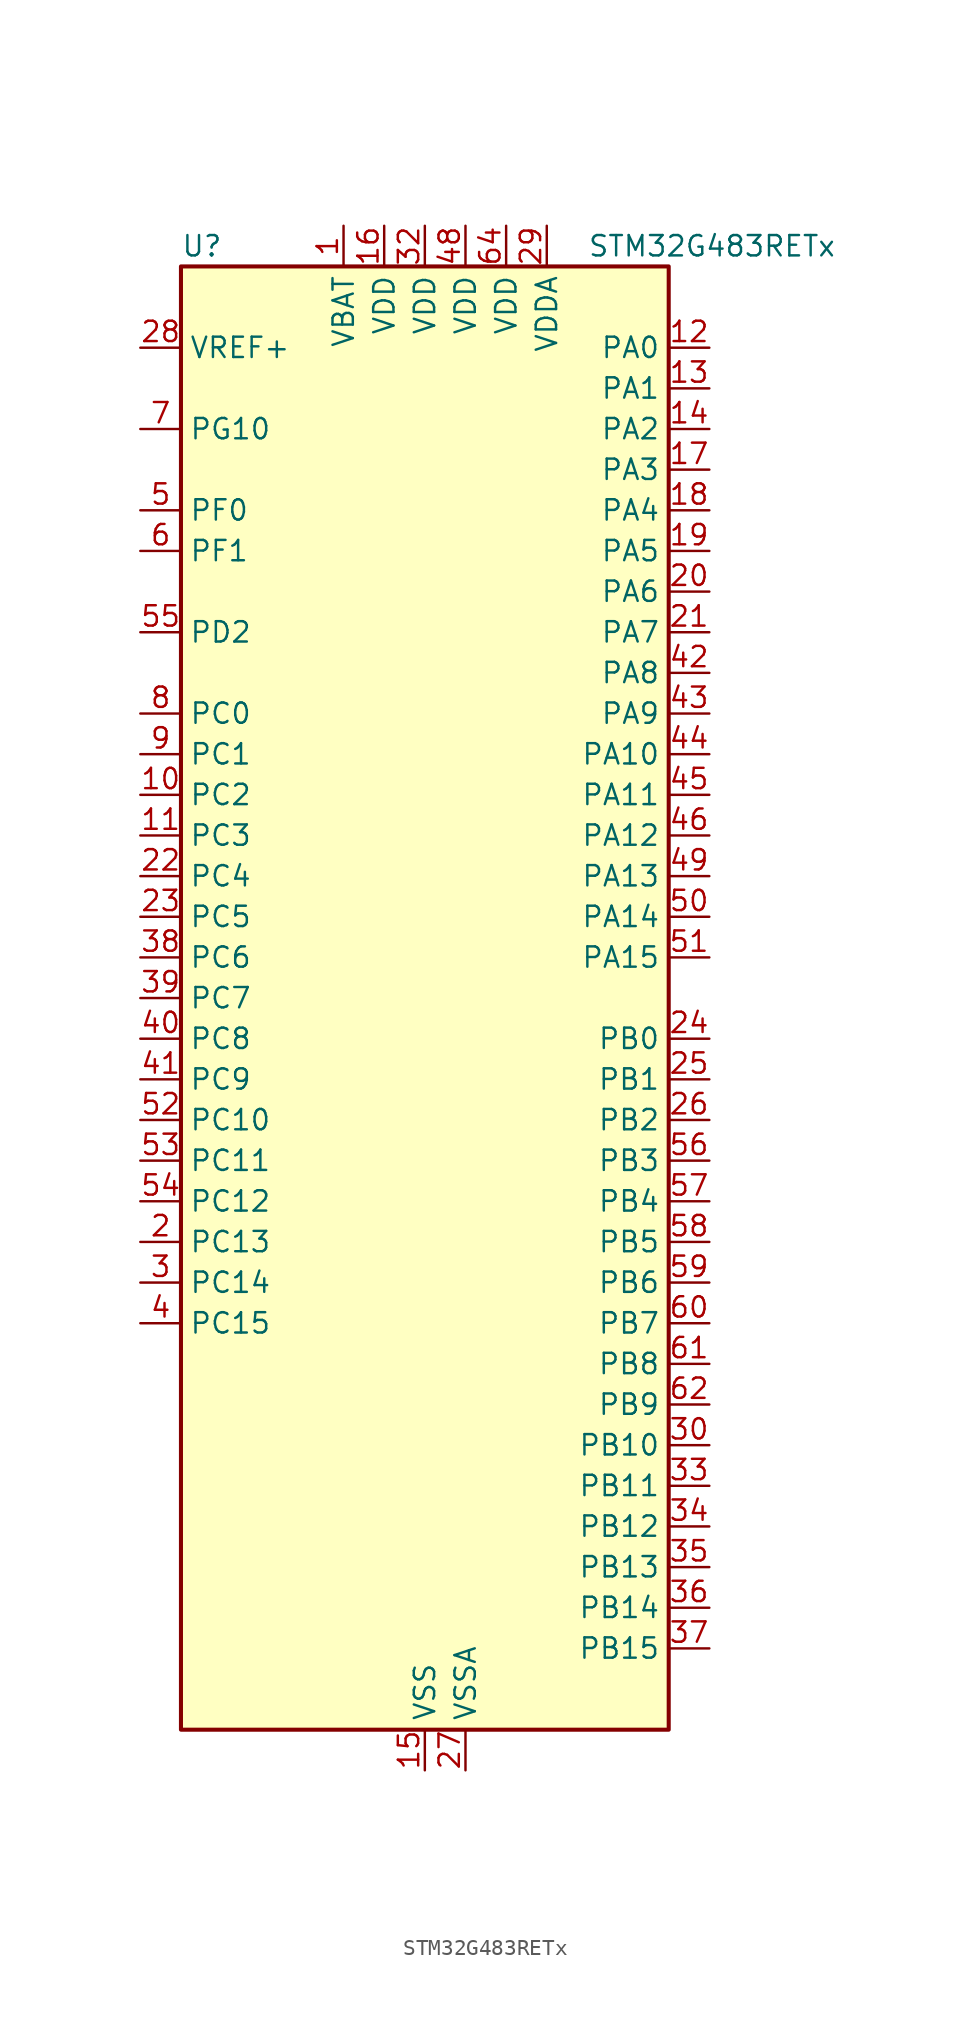
<source format=kicad_sym>
(kicad_symbol_lib
  (version 20241209)
  (generator "kicad_symbol_editor")
  (generator_version "9.0")
  (symbol "STM32G483RETx"
    (property "Reference" "U"
      (at -15.24 46.99 0)
      (effects (font (size 1.27 1.27)) (justify left)))
    (property "Value" "STM32G483RETx"
      (at 10.16 46.99 0)
      (effects (font (size 1.27 1.27)) (justify left)))
    (symbol "STM32G483RETx_0_1"
      (rectangle (start -15.24 -45.72) (end 15.24 45.72) (stroke (width 0.254) (type default)) (fill (type background))))
    (symbol "STM32G483RETx_1_1"
      (pin input line (at -17.78 40.64 0) (length 2.54) (name "VREF+" (effects (font (size 1.27 1.27)))) (number "28" (effects (font (size 1.27 1.27)))) (alternate "VREFBUF_OUT" bidirectional line))
      (pin bidirectional line (at -17.78 35.56 0) (length 2.54) (name "PG10" (effects (font (size 1.27 1.27)))) (number "7" (effects (font (size 1.27 1.27)))) (alternate "DAC1_EXTI10" bidirectional line) (alternate "DAC2_EXTI10" bidirectional line) (alternate "DAC3_EXTI10" bidirectional line) (alternate "DAC4_EXTI10" bidirectional line) (alternate "RCC_MCO" bidirectional line))
      (pin bidirectional line (at -17.78 30.48 0) (length 2.54) (name "PF0" (effects (font (size 1.27 1.27)))) (number "5" (effects (font (size 1.27 1.27)))) (alternate "ADC1_IN10" bidirectional line) (alternate "I2C2_SDA" bidirectional line) (alternate "I2S2_WS" bidirectional line) (alternate "RCC_OSC_IN" bidirectional line) (alternate "SPI2_NSS" bidirectional line) (alternate "TIM1_CH3N" bidirectional line))
      (pin bidirectional line (at -17.78 27.94 0) (length 2.54) (name "PF1" (effects (font (size 1.27 1.27)))) (number "6" (effects (font (size 1.27 1.27)))) (alternate "ADC2_IN10" bidirectional line) (alternate "COMP3_INM" bidirectional line) (alternate "I2S2_CK" bidirectional line) (alternate "RCC_OSC_OUT" bidirectional line) (alternate "SPI2_SCK" bidirectional line))
      (pin bidirectional line (at -17.78 22.86 0) (length 2.54) (name "PD2" (effects (font (size 1.27 1.27)))) (number "55" (effects (font (size 1.27 1.27)))) (alternate "ADC3_EXTI2" bidirectional line) (alternate "ADC4_EXTI2" bidirectional line) (alternate "ADC5_EXTI2" bidirectional line) (alternate "TIM3_ETR" bidirectional line) (alternate "TIM8_BKIN" bidirectional line) (alternate "UART5_RX" bidirectional line))
      (pin bidirectional line (at -17.78 17.78 0) (length 2.54) (name "PC0" (effects (font (size 1.27 1.27)))) (number "8" (effects (font (size 1.27 1.27)))) (alternate "ADC1_IN6" bidirectional line) (alternate "ADC2_IN6" bidirectional line) (alternate "COMP3_INM" bidirectional line) (alternate "LPTIM1_IN1" bidirectional line) (alternate "LPUART1_RX" bidirectional line) (alternate "TIM1_CH1" bidirectional line))
      (pin bidirectional line (at -17.78 15.24 0) (length 2.54) (name "PC1" (effects (font (size 1.27 1.27)))) (number "9" (effects (font (size 1.27 1.27)))) (alternate "ADC1_IN7" bidirectional line) (alternate "ADC2_IN7" bidirectional line) (alternate "COMP3_INP" bidirectional line) (alternate "LPTIM1_OUT" bidirectional line) (alternate "LPUART1_TX" bidirectional line) (alternate "QUADSPI1_BK2_IO0" bidirectional line) (alternate "SAI1_SD_A" bidirectional line) (alternate "TIM1_CH2" bidirectional line))
      (pin bidirectional line (at -17.78 12.7 0) (length 2.54) (name "PC2" (effects (font (size 1.27 1.27)))) (number "10" (effects (font (size 1.27 1.27)))) (alternate "ADC1_IN8" bidirectional line) (alternate "ADC2_IN8" bidirectional line) (alternate "ADC3_EXTI2" bidirectional line) (alternate "ADC4_EXTI2" bidirectional line) (alternate "ADC5_EXTI2" bidirectional line) (alternate "COMP3_OUT" bidirectional line) (alternate "LPTIM1_IN2" bidirectional line) (alternate "QUADSPI1_BK2_IO1" bidirectional line) (alternate "TIM1_CH3" bidirectional line) (alternate "TIM20_CH2" bidirectional line))
      (pin bidirectional line (at -17.78 10.16 0) (length 2.54) (name "PC3" (effects (font (size 1.27 1.27)))) (number "11" (effects (font (size 1.27 1.27)))) (alternate "ADC1_IN9" bidirectional line) (alternate "ADC2_IN9" bidirectional line) (alternate "ADC3_EXTI3" bidirectional line) (alternate "ADC4_EXTI3" bidirectional line) (alternate "ADC5_EXTI3" bidirectional line) (alternate "LPTIM1_ETR" bidirectional line) (alternate "OPAMP5_VINP" bidirectional line) (alternate "OPAMP5_VINP_SEC" bidirectional line) (alternate "QUADSPI1_BK2_IO2" bidirectional line) (alternate "SAI1_D1" bidirectional line) (alternate "SAI1_SD_A" bidirectional line) (alternate "TIM1_BKIN2" bidirectional line) (alternate "TIM1_CH4" bidirectional line))
      (pin bidirectional line (at -17.78 7.62 0) (length 2.54) (name "PC4" (effects (font (size 1.27 1.27)))) (number "22" (effects (font (size 1.27 1.27)))) (alternate "ADC2_IN5" bidirectional line) (alternate "I2C2_SCL" bidirectional line) (alternate "QUADSPI1_BK2_IO3" bidirectional line) (alternate "TIM1_ETR" bidirectional line) (alternate "USART1_TX" bidirectional line))
      (pin bidirectional line (at -17.78 5.08 0) (length 2.54) (name "PC5" (effects (font (size 1.27 1.27)))) (number "23" (effects (font (size 1.27 1.27)))) (alternate "ADC2_IN11" bidirectional line) (alternate "OPAMP1_VINM" bidirectional line) (alternate "OPAMP1_VINM1" bidirectional line) (alternate "OPAMP1_VINM_SEC" bidirectional line) (alternate "OPAMP2_VINM" bidirectional line) (alternate "OPAMP2_VINM1" bidirectional line) (alternate "OPAMP2_VINM_SEC" bidirectional line) (alternate "SAI1_D3" bidirectional line) (alternate "SYS_WKUP5" bidirectional line) (alternate "TIM15_BKIN" bidirectional line) (alternate "TIM1_CH4N" bidirectional line) (alternate "USART1_RX" bidirectional line))
      (pin bidirectional line (at -17.78 2.54 0) (length 2.54) (name "PC6" (effects (font (size 1.27 1.27)))) (number "38" (effects (font (size 1.27 1.27)))) (alternate "COMP6_OUT" bidirectional line) (alternate "I2C4_SCL" bidirectional line) (alternate "I2S2_MCK" bidirectional line) (alternate "TIM3_CH1" bidirectional line) (alternate "TIM8_CH1" bidirectional line))
      (pin bidirectional line (at -17.78 0 0) (length 2.54) (name "PC7" (effects (font (size 1.27 1.27)))) (number "39" (effects (font (size 1.27 1.27)))) (alternate "COMP5_OUT" bidirectional line) (alternate "I2C4_SDA" bidirectional line) (alternate "I2S3_MCK" bidirectional line) (alternate "TIM3_CH2" bidirectional line) (alternate "TIM8_CH2" bidirectional line))
      (pin bidirectional line (at -17.78 -2.54 0) (length 2.54) (name "PC8" (effects (font (size 1.27 1.27)))) (number "40" (effects (font (size 1.27 1.27)))) (alternate "COMP7_OUT" bidirectional line) (alternate "I2C3_SCL" bidirectional line) (alternate "TIM20_CH3" bidirectional line) (alternate "TIM3_CH3" bidirectional line) (alternate "TIM8_CH3" bidirectional line))
      (pin bidirectional line (at -17.78 -5.08 0) (length 2.54) (name "PC9" (effects (font (size 1.27 1.27)))) (number "41" (effects (font (size 1.27 1.27)))) (alternate "DAC1_EXTI9" bidirectional line) (alternate "DAC2_EXTI9" bidirectional line) (alternate "DAC3_EXTI9" bidirectional line) (alternate "DAC4_EXTI9" bidirectional line) (alternate "I2C3_SDA" bidirectional line) (alternate "I2S_CKIN" bidirectional line) (alternate "TIM3_CH4" bidirectional line) (alternate "TIM8_BKIN2" bidirectional line) (alternate "TIM8_CH4" bidirectional line))
      (pin bidirectional line (at -17.78 -7.62 0) (length 2.54) (name "PC10" (effects (font (size 1.27 1.27)))) (number "52" (effects (font (size 1.27 1.27)))) (alternate "DAC1_EXTI10" bidirectional line) (alternate "DAC2_EXTI10" bidirectional line) (alternate "DAC3_EXTI10" bidirectional line) (alternate "DAC4_EXTI10" bidirectional line) (alternate "I2S3_CK" bidirectional line) (alternate "SPI3_SCK" bidirectional line) (alternate "TIM8_CH1N" bidirectional line) (alternate "UART4_TX" bidirectional line) (alternate "USART3_TX" bidirectional line))
      (pin bidirectional line (at -17.78 -10.16 0) (length 2.54) (name "PC11" (effects (font (size 1.27 1.27)))) (number "53" (effects (font (size 1.27 1.27)))) (alternate "ADC1_EXTI11" bidirectional line) (alternate "ADC2_EXTI11" bidirectional line) (alternate "I2C3_SDA" bidirectional line) (alternate "SPI3_MISO" bidirectional line) (alternate "TIM8_CH2N" bidirectional line) (alternate "UART4_RX" bidirectional line) (alternate "USART3_RX" bidirectional line))
      (pin bidirectional line (at -17.78 -12.7 0) (length 2.54) (name "PC12" (effects (font (size 1.27 1.27)))) (number "54" (effects (font (size 1.27 1.27)))) (alternate "I2S3_SD" bidirectional line) (alternate "SPI3_MOSI" bidirectional line) (alternate "TIM5_CH2" bidirectional line) (alternate "TIM8_CH3N" bidirectional line) (alternate "UART5_TX" bidirectional line) (alternate "UCPD1_FRSTX1" bidirectional line) (alternate "UCPD1_FRSTX2" bidirectional line) (alternate "USART3_CK" bidirectional line))
      (pin bidirectional line (at -17.78 -15.24 0) (length 2.54) (name "PC13" (effects (font (size 1.27 1.27)))) (number "2" (effects (font (size 1.27 1.27)))) (alternate "RTC_OUT1" bidirectional line) (alternate "RTC_TAMP1" bidirectional line) (alternate "RTC_TS" bidirectional line) (alternate "SYS_WKUP2" bidirectional line) (alternate "TIM1_BKIN" bidirectional line) (alternate "TIM1_CH1N" bidirectional line) (alternate "TIM8_CH4N" bidirectional line))
      (pin bidirectional line (at -17.78 -17.78 0) (length 2.54) (name "PC14" (effects (font (size 1.27 1.27)))) (number "3" (effects (font (size 1.27 1.27)))) (alternate "RCC_OSC32_IN" bidirectional line))
      (pin bidirectional line (at -17.78 -20.32 0) (length 2.54) (name "PC15" (effects (font (size 1.27 1.27)))) (number "4" (effects (font (size 1.27 1.27)))) (alternate "ADC1_EXTI15" bidirectional line) (alternate "ADC2_EXTI15" bidirectional line) (alternate "RCC_OSC32_OUT" bidirectional line))
      (pin power_in line (at -5.08 48.26 270) (length 2.54) (name "VBAT" (effects (font (size 1.27 1.27)))) (number "1" (effects (font (size 1.27 1.27)))))
      (pin power_in line (at -2.54 48.26 270) (length 2.54) (name "VDD" (effects (font (size 1.27 1.27)))) (number "16" (effects (font (size 1.27 1.27)))))
      (pin power_in line (at 0 48.26 270) (length 2.54) (name "VDD" (effects (font (size 1.27 1.27)))) (number "32" (effects (font (size 1.27 1.27)))))
      (pin power_in line (at 0 -48.26 90) (length 2.54) (name "VSS" (effects (font (size 1.27 1.27)))) (number "15" (effects (font (size 1.27 1.27)))))
      (pin passive line (at 0 -48.26 90) (length 2.54) (hide yes) (name "VSS" (effects (font (size 1.27 1.27)))) (number "31" (effects (font (size 1.27 1.27)))))
      (pin passive line (at 0 -48.26 90) (length 2.54) (hide yes) (name "VSS" (effects (font (size 1.27 1.27)))) (number "47" (effects (font (size 1.27 1.27)))))
      (pin passive line (at 0 -48.26 90) (length 2.54) (hide yes) (name "VSS" (effects (font (size 1.27 1.27)))) (number "63" (effects (font (size 1.27 1.27)))))
      (pin power_in line (at 2.54 48.26 270) (length 2.54) (name "VDD" (effects (font (size 1.27 1.27)))) (number "48" (effects (font (size 1.27 1.27)))))
      (pin power_in line (at 2.54 -48.26 90) (length 2.54) (name "VSSA" (effects (font (size 1.27 1.27)))) (number "27" (effects (font (size 1.27 1.27)))))
      (pin power_in line (at 5.08 48.26 270) (length 2.54) (name "VDD" (effects (font (size 1.27 1.27)))) (number "64" (effects (font (size 1.27 1.27)))))
      (pin power_in line (at 7.62 48.26 270) (length 2.54) (name "VDDA" (effects (font (size 1.27 1.27)))) (number "29" (effects (font (size 1.27 1.27)))))
      (pin bidirectional line (at 17.78 40.64 180) (length 2.54) (name "PA0" (effects (font (size 1.27 1.27)))) (number "12" (effects (font (size 1.27 1.27)))) (alternate "ADC1_IN1" bidirectional line) (alternate "ADC2_IN1" bidirectional line) (alternate "COMP1_INM" bidirectional line) (alternate "COMP1_OUT" bidirectional line) (alternate "COMP3_INP" bidirectional line) (alternate "RTC_TAMP2" bidirectional line) (alternate "SYS_WKUP1" bidirectional line) (alternate "TIM2_CH1" bidirectional line) (alternate "TIM2_ETR" bidirectional line) (alternate "TIM5_CH1" bidirectional line) (alternate "TIM8_BKIN" bidirectional line) (alternate "TIM8_ETR" bidirectional line) (alternate "USART2_CTS" bidirectional line) (alternate "USART2_NSS" bidirectional line))
      (pin bidirectional line (at 17.78 38.1 180) (length 2.54) (name "PA1" (effects (font (size 1.27 1.27)))) (number "13" (effects (font (size 1.27 1.27)))) (alternate "ADC1_IN2" bidirectional line) (alternate "ADC2_IN2" bidirectional line) (alternate "COMP1_INP" bidirectional line) (alternate "OPAMP1_VINP" bidirectional line) (alternate "OPAMP1_VINP_SEC" bidirectional line) (alternate "OPAMP3_VINP" bidirectional line) (alternate "OPAMP3_VINP_SEC" bidirectional line) (alternate "OPAMP6_VINM" bidirectional line) (alternate "OPAMP6_VINM0" bidirectional line) (alternate "OPAMP6_VINM_SEC" bidirectional line) (alternate "RTC_REFIN" bidirectional line) (alternate "TIM15_CH1N" bidirectional line) (alternate "TIM2_CH2" bidirectional line) (alternate "TIM5_CH2" bidirectional line) (alternate "USART2_DE" bidirectional line) (alternate "USART2_RTS" bidirectional line))
      (pin bidirectional line (at 17.78 35.56 180) (length 2.54) (name "PA2" (effects (font (size 1.27 1.27)))) (number "14" (effects (font (size 1.27 1.27)))) (alternate "ADC1_IN3" bidirectional line) (alternate "ADC3_EXTI2" bidirectional line) (alternate "ADC4_EXTI2" bidirectional line) (alternate "ADC5_EXTI2" bidirectional line) (alternate "COMP2_INM" bidirectional line) (alternate "COMP2_OUT" bidirectional line) (alternate "LPUART1_TX" bidirectional line) (alternate "OPAMP1_VOUT" bidirectional line) (alternate "QUADSPI1_BK1_NCS" bidirectional line) (alternate "RCC_LSCO" bidirectional line) (alternate "SYS_WKUP4" bidirectional line) (alternate "TIM15_CH1" bidirectional line) (alternate "TIM2_CH3" bidirectional line) (alternate "TIM5_CH3" bidirectional line) (alternate "UCPD1_FRSTX1" bidirectional line) (alternate "UCPD1_FRSTX2" bidirectional line) (alternate "USART2_TX" bidirectional line))
      (pin bidirectional line (at 17.78 33.02 180) (length 2.54) (name "PA3" (effects (font (size 1.27 1.27)))) (number "17" (effects (font (size 1.27 1.27)))) (alternate "ADC1_IN4" bidirectional line) (alternate "ADC3_EXTI3" bidirectional line) (alternate "ADC4_EXTI3" bidirectional line) (alternate "ADC5_EXTI3" bidirectional line) (alternate "COMP2_INP" bidirectional line) (alternate "LPUART1_RX" bidirectional line) (alternate "OPAMP1_VINM" bidirectional line) (alternate "OPAMP1_VINM0" bidirectional line) (alternate "OPAMP1_VINM_SEC" bidirectional line) (alternate "OPAMP1_VINP" bidirectional line) (alternate "OPAMP1_VINP_SEC" bidirectional line) (alternate "OPAMP5_VINM" bidirectional line) (alternate "OPAMP5_VINM1" bidirectional line) (alternate "OPAMP5_VINM_SEC" bidirectional line) (alternate "QUADSPI1_CLK" bidirectional line) (alternate "SAI1_CK1" bidirectional line) (alternate "SAI1_MCLK_A" bidirectional line) (alternate "TIM15_CH2" bidirectional line) (alternate "TIM2_CH4" bidirectional line) (alternate "TIM5_CH4" bidirectional line) (alternate "USART2_RX" bidirectional line))
      (pin bidirectional line (at 17.78 30.48 180) (length 2.54) (name "PA4" (effects (font (size 1.27 1.27)))) (number "18" (effects (font (size 1.27 1.27)))) (alternate "ADC2_IN17" bidirectional line) (alternate "COMP1_INM" bidirectional line) (alternate "DAC1_OUT1" bidirectional line) (alternate "I2S3_WS" bidirectional line) (alternate "SAI1_FS_B" bidirectional line) (alternate "SPI1_NSS" bidirectional line) (alternate "SPI3_NSS" bidirectional line) (alternate "TIM3_CH2" bidirectional line) (alternate "USART2_CK" bidirectional line))
      (pin bidirectional line (at 17.78 27.94 180) (length 2.54) (name "PA5" (effects (font (size 1.27 1.27)))) (number "19" (effects (font (size 1.27 1.27)))) (alternate "ADC2_IN13" bidirectional line) (alternate "COMP2_INM" bidirectional line) (alternate "DAC1_OUT2" bidirectional line) (alternate "OPAMP2_VINM" bidirectional line) (alternate "OPAMP2_VINM0" bidirectional line) (alternate "OPAMP2_VINM_SEC" bidirectional line) (alternate "SPI1_SCK" bidirectional line) (alternate "TIM2_CH1" bidirectional line) (alternate "TIM2_ETR" bidirectional line) (alternate "UCPD1_FRSTX1" bidirectional line) (alternate "UCPD1_FRSTX2" bidirectional line))
      (pin bidirectional line (at 17.78 25.4 180) (length 2.54) (name "PA6" (effects (font (size 1.27 1.27)))) (number "20" (effects (font (size 1.27 1.27)))) (alternate "ADC2_IN3" bidirectional line) (alternate "COMP1_OUT" bidirectional line) (alternate "DAC2_OUT1" bidirectional line) (alternate "LPUART1_CTS" bidirectional line) (alternate "OPAMP2_VOUT" bidirectional line) (alternate "QUADSPI1_BK1_IO3" bidirectional line) (alternate "SPI1_MISO" bidirectional line) (alternate "TIM16_CH1" bidirectional line) (alternate "TIM1_BKIN" bidirectional line) (alternate "TIM3_CH1" bidirectional line) (alternate "TIM8_BKIN" bidirectional line))
      (pin bidirectional line (at 17.78 22.86 180) (length 2.54) (name "PA7" (effects (font (size 1.27 1.27)))) (number "21" (effects (font (size 1.27 1.27)))) (alternate "ADC2_IN4" bidirectional line) (alternate "COMP2_INP" bidirectional line) (alternate "COMP2_OUT" bidirectional line) (alternate "OPAMP1_VINP" bidirectional line) (alternate "OPAMP1_VINP_SEC" bidirectional line) (alternate "OPAMP2_VINP" bidirectional line) (alternate "OPAMP2_VINP_SEC" bidirectional line) (alternate "QUADSPI1_BK1_IO2" bidirectional line) (alternate "SPI1_MOSI" bidirectional line) (alternate "TIM17_CH1" bidirectional line) (alternate "TIM1_CH1N" bidirectional line) (alternate "TIM3_CH2" bidirectional line) (alternate "TIM8_CH1N" bidirectional line) (alternate "UCPD1_FRSTX1" bidirectional line) (alternate "UCPD1_FRSTX2" bidirectional line))
      (pin bidirectional line (at 17.78 20.32 180) (length 2.54) (name "PA8" (effects (font (size 1.27 1.27)))) (number "42" (effects (font (size 1.27 1.27)))) (alternate "ADC5_IN1" bidirectional line) (alternate "COMP7_OUT" bidirectional line) (alternate "FDCAN3_RX" bidirectional line) (alternate "I2C2_SDA" bidirectional line) (alternate "I2C3_SCL" bidirectional line) (alternate "I2S2_MCK" bidirectional line) (alternate "OPAMP5_VOUT" bidirectional line) (alternate "RCC_MCO" bidirectional line) (alternate "SAI1_CK2" bidirectional line) (alternate "SAI1_SCK_A" bidirectional line) (alternate "TIM1_CH1" bidirectional line) (alternate "TIM4_ETR" bidirectional line) (alternate "USART1_CK" bidirectional line))
      (pin bidirectional line (at 17.78 17.78 180) (length 2.54) (name "PA9" (effects (font (size 1.27 1.27)))) (number "43" (effects (font (size 1.27 1.27)))) (alternate "ADC5_IN2" bidirectional line) (alternate "COMP5_OUT" bidirectional line) (alternate "DAC1_EXTI9" bidirectional line) (alternate "DAC2_EXTI9" bidirectional line) (alternate "DAC3_EXTI9" bidirectional line) (alternate "DAC4_EXTI9" bidirectional line) (alternate "I2C2_SCL" bidirectional line) (alternate "I2C3_SMBA" bidirectional line) (alternate "I2S3_MCK" bidirectional line) (alternate "SAI1_FS_A" bidirectional line) (alternate "TIM15_BKIN" bidirectional line) (alternate "TIM1_CH2" bidirectional line) (alternate "TIM2_CH3" bidirectional line) (alternate "UCPD1_DBCC1" bidirectional line) (alternate "USART1_TX" bidirectional line))
      (pin bidirectional line (at 17.78 15.24 180) (length 2.54) (name "PA10" (effects (font (size 1.27 1.27)))) (number "44" (effects (font (size 1.27 1.27)))) (alternate "COMP6_OUT" bidirectional line) (alternate "CRS_SYNC" bidirectional line) (alternate "DAC1_EXTI10" bidirectional line) (alternate "DAC2_EXTI10" bidirectional line) (alternate "DAC3_EXTI10" bidirectional line) (alternate "DAC4_EXTI10" bidirectional line) (alternate "I2C2_SMBA" bidirectional line) (alternate "SAI1_D1" bidirectional line) (alternate "SAI1_SD_A" bidirectional line) (alternate "SPI2_MISO" bidirectional line) (alternate "TIM17_BKIN" bidirectional line) (alternate "TIM1_CH3" bidirectional line) (alternate "TIM2_CH4" bidirectional line) (alternate "TIM8_BKIN" bidirectional line) (alternate "UCPD1_DBCC2" bidirectional line) (alternate "USART1_RX" bidirectional line))
      (pin bidirectional line (at 17.78 12.7 180) (length 2.54) (name "PA11" (effects (font (size 1.27 1.27)))) (number "45" (effects (font (size 1.27 1.27)))) (alternate "ADC1_EXTI11" bidirectional line) (alternate "ADC2_EXTI11" bidirectional line) (alternate "COMP1_OUT" bidirectional line) (alternate "FDCAN1_RX" bidirectional line) (alternate "I2S2_SD" bidirectional line) (alternate "SPI2_MOSI" bidirectional line) (alternate "TIM1_BKIN2" bidirectional line) (alternate "TIM1_CH1N" bidirectional line) (alternate "TIM1_CH4" bidirectional line) (alternate "TIM4_CH1" bidirectional line) (alternate "USART1_CTS" bidirectional line) (alternate "USART1_NSS" bidirectional line) (alternate "USB_DM" bidirectional line))
      (pin bidirectional line (at 17.78 10.16 180) (length 2.54) (name "PA12" (effects (font (size 1.27 1.27)))) (number "46" (effects (font (size 1.27 1.27)))) (alternate "COMP2_OUT" bidirectional line) (alternate "FDCAN1_TX" bidirectional line) (alternate "I2S_CKIN" bidirectional line) (alternate "TIM16_CH1" bidirectional line) (alternate "TIM1_CH2N" bidirectional line) (alternate "TIM1_ETR" bidirectional line) (alternate "TIM4_CH2" bidirectional line) (alternate "USART1_DE" bidirectional line) (alternate "USART1_RTS" bidirectional line) (alternate "USB_DP" bidirectional line))
      (pin bidirectional line (at 17.78 7.62 180) (length 2.54) (name "PA13" (effects (font (size 1.27 1.27)))) (number "49" (effects (font (size 1.27 1.27)))) (alternate "I2C1_SCL" bidirectional line) (alternate "I2C4_SCL" bidirectional line) (alternate "IR_OUT" bidirectional line) (alternate "SAI1_SD_B" bidirectional line) (alternate "SYS_JTMS-SWDIO" bidirectional line) (alternate "TIM16_CH1N" bidirectional line) (alternate "TIM4_CH3" bidirectional line) (alternate "USART3_CTS" bidirectional line) (alternate "USART3_NSS" bidirectional line))
      (pin bidirectional line (at 17.78 5.08 180) (length 2.54) (name "PA14" (effects (font (size 1.27 1.27)))) (number "50" (effects (font (size 1.27 1.27)))) (alternate "I2C1_SDA" bidirectional line) (alternate "I2C4_SMBA" bidirectional line) (alternate "LPTIM1_OUT" bidirectional line) (alternate "SAI1_FS_B" bidirectional line) (alternate "SYS_JTCK-SWCLK" bidirectional line) (alternate "TIM1_BKIN" bidirectional line) (alternate "TIM8_CH2" bidirectional line) (alternate "USART2_TX" bidirectional line))
      (pin bidirectional line (at 17.78 2.54 180) (length 2.54) (name "PA15" (effects (font (size 1.27 1.27)))) (number "51" (effects (font (size 1.27 1.27)))) (alternate "ADC1_EXTI15" bidirectional line) (alternate "ADC2_EXTI15" bidirectional line) (alternate "FDCAN3_TX" bidirectional line) (alternate "I2C1_SCL" bidirectional line) (alternate "I2S3_WS" bidirectional line) (alternate "SPI1_NSS" bidirectional line) (alternate "SPI3_NSS" bidirectional line) (alternate "SYS_JTDI" bidirectional line) (alternate "TIM1_BKIN" bidirectional line) (alternate "TIM2_CH1" bidirectional line) (alternate "TIM2_ETR" bidirectional line) (alternate "TIM8_CH1" bidirectional line) (alternate "UART4_DE" bidirectional line) (alternate "UART4_RTS" bidirectional line) (alternate "USART2_RX" bidirectional line))
      (pin bidirectional line (at 17.78 -2.54 180) (length 2.54) (name "PB0" (effects (font (size 1.27 1.27)))) (number "24" (effects (font (size 1.27 1.27)))) (alternate "ADC1_IN15" bidirectional line) (alternate "ADC3_IN12" bidirectional line) (alternate "COMP4_INP" bidirectional line) (alternate "OPAMP2_VINP" bidirectional line) (alternate "OPAMP2_VINP_SEC" bidirectional line) (alternate "OPAMP3_VINP" bidirectional line) (alternate "OPAMP3_VINP_SEC" bidirectional line) (alternate "QUADSPI1_BK1_IO1" bidirectional line) (alternate "TIM1_CH2N" bidirectional line) (alternate "TIM3_CH3" bidirectional line) (alternate "TIM8_CH2N" bidirectional line) (alternate "UCPD1_FRSTX1" bidirectional line) (alternate "UCPD1_FRSTX2" bidirectional line))
      (pin bidirectional line (at 17.78 -5.08 180) (length 2.54) (name "PB1" (effects (font (size 1.27 1.27)))) (number "25" (effects (font (size 1.27 1.27)))) (alternate "ADC1_IN12" bidirectional line) (alternate "ADC3_IN1" bidirectional line) (alternate "COMP1_INP" bidirectional line) (alternate "COMP4_OUT" bidirectional line) (alternate "LPUART1_DE" bidirectional line) (alternate "LPUART1_RTS" bidirectional line) (alternate "OPAMP3_VOUT" bidirectional line) (alternate "OPAMP6_VINM" bidirectional line) (alternate "OPAMP6_VINM1" bidirectional line) (alternate "OPAMP6_VINM_SEC" bidirectional line) (alternate "QUADSPI1_BK1_IO0" bidirectional line) (alternate "TIM1_CH3N" bidirectional line) (alternate "TIM3_CH4" bidirectional line) (alternate "TIM8_CH3N" bidirectional line))
      (pin bidirectional line (at 17.78 -7.62 180) (length 2.54) (name "PB2" (effects (font (size 1.27 1.27)))) (number "26" (effects (font (size 1.27 1.27)))) (alternate "ADC2_IN12" bidirectional line) (alternate "ADC3_EXTI2" bidirectional line) (alternate "ADC4_EXTI2" bidirectional line) (alternate "ADC5_EXTI2" bidirectional line) (alternate "COMP4_INM" bidirectional line) (alternate "I2C3_SMBA" bidirectional line) (alternate "LPTIM1_OUT" bidirectional line) (alternate "OPAMP3_VINM" bidirectional line) (alternate "OPAMP3_VINM0" bidirectional line) (alternate "OPAMP3_VINM_SEC" bidirectional line) (alternate "QUADSPI1_BK2_IO1" bidirectional line) (alternate "RTC_OUT2" bidirectional line) (alternate "TIM20_CH1" bidirectional line) (alternate "TIM5_CH1" bidirectional line))
      (pin bidirectional line (at 17.78 -10.16 180) (length 2.54) (name "PB3" (effects (font (size 1.27 1.27)))) (number "56" (effects (font (size 1.27 1.27)))) (alternate "ADC3_EXTI3" bidirectional line) (alternate "ADC4_EXTI3" bidirectional line) (alternate "ADC5_EXTI3" bidirectional line) (alternate "CRS_SYNC" bidirectional line) (alternate "FDCAN3_RX" bidirectional line) (alternate "I2S3_CK" bidirectional line) (alternate "SAI1_SCK_B" bidirectional line) (alternate "SPI1_SCK" bidirectional line) (alternate "SPI3_SCK" bidirectional line) (alternate "SYS_JTDO-SWO" bidirectional line) (alternate "TIM2_CH2" bidirectional line) (alternate "TIM3_ETR" bidirectional line) (alternate "TIM4_ETR" bidirectional line) (alternate "TIM8_CH1N" bidirectional line) (alternate "USART2_TX" bidirectional line))
      (pin bidirectional line (at 17.78 -12.7 180) (length 2.54) (name "PB4" (effects (font (size 1.27 1.27)))) (number "57" (effects (font (size 1.27 1.27)))) (alternate "FDCAN3_TX" bidirectional line) (alternate "SAI1_MCLK_B" bidirectional line) (alternate "SPI1_MISO" bidirectional line) (alternate "SPI3_MISO" bidirectional line) (alternate "SYS_JTRST" bidirectional line) (alternate "TIM16_CH1" bidirectional line) (alternate "TIM17_BKIN" bidirectional line) (alternate "TIM3_CH1" bidirectional line) (alternate "TIM8_CH2N" bidirectional line) (alternate "UART5_DE" bidirectional line) (alternate "UART5_RTS" bidirectional line) (alternate "UCPD1_CC2" bidirectional line) (alternate "USART2_RX" bidirectional line))
      (pin bidirectional line (at 17.78 -15.24 180) (length 2.54) (name "PB5" (effects (font (size 1.27 1.27)))) (number "58" (effects (font (size 1.27 1.27)))) (alternate "FDCAN2_RX" bidirectional line) (alternate "I2C1_SMBA" bidirectional line) (alternate "I2C3_SDA" bidirectional line) (alternate "I2S3_SD" bidirectional line) (alternate "LPTIM1_IN1" bidirectional line) (alternate "SAI1_SD_B" bidirectional line) (alternate "SPI1_MOSI" bidirectional line) (alternate "SPI3_MOSI" bidirectional line) (alternate "TIM16_BKIN" bidirectional line) (alternate "TIM17_CH1" bidirectional line) (alternate "TIM3_CH2" bidirectional line) (alternate "TIM8_CH3N" bidirectional line) (alternate "UART5_CTS" bidirectional line) (alternate "USART2_CK" bidirectional line))
      (pin bidirectional line (at 17.78 -17.78 180) (length 2.54) (name "PB6" (effects (font (size 1.27 1.27)))) (number "59" (effects (font (size 1.27 1.27)))) (alternate "COMP4_OUT" bidirectional line) (alternate "FDCAN2_TX" bidirectional line) (alternate "LPTIM1_ETR" bidirectional line) (alternate "SAI1_FS_B" bidirectional line) (alternate "TIM16_CH1N" bidirectional line) (alternate "TIM4_CH1" bidirectional line) (alternate "TIM8_BKIN2" bidirectional line) (alternate "TIM8_CH1" bidirectional line) (alternate "TIM8_ETR" bidirectional line) (alternate "UCPD1_CC1" bidirectional line) (alternate "USART1_TX" bidirectional line))
      (pin bidirectional line (at 17.78 -20.32 180) (length 2.54) (name "PB7" (effects (font (size 1.27 1.27)))) (number "60" (effects (font (size 1.27 1.27)))) (alternate "COMP3_OUT" bidirectional line) (alternate "I2C1_SDA" bidirectional line) (alternate "I2C4_SDA" bidirectional line) (alternate "LPTIM1_IN2" bidirectional line) (alternate "SYS_PVD_IN" bidirectional line) (alternate "TIM17_CH1N" bidirectional line) (alternate "TIM3_CH4" bidirectional line) (alternate "TIM4_CH2" bidirectional line) (alternate "TIM8_BKIN" bidirectional line) (alternate "UART4_CTS" bidirectional line) (alternate "USART1_RX" bidirectional line))
      (pin bidirectional line (at 17.78 -22.86 180) (length 2.54) (name "PB8" (effects (font (size 1.27 1.27)))) (number "61" (effects (font (size 1.27 1.27)))) (alternate "COMP1_OUT" bidirectional line) (alternate "FDCAN1_RX" bidirectional line) (alternate "I2C1_SCL" bidirectional line) (alternate "SAI1_CK1" bidirectional line) (alternate "SAI1_MCLK_A" bidirectional line) (alternate "TIM16_CH1" bidirectional line) (alternate "TIM1_BKIN" bidirectional line) (alternate "TIM4_CH3" bidirectional line) (alternate "TIM8_CH2" bidirectional line) (alternate "USART3_RX" bidirectional line))
      (pin bidirectional line (at 17.78 -25.4 180) (length 2.54) (name "PB9" (effects (font (size 1.27 1.27)))) (number "62" (effects (font (size 1.27 1.27)))) (alternate "COMP2_OUT" bidirectional line) (alternate "DAC1_EXTI9" bidirectional line) (alternate "DAC2_EXTI9" bidirectional line) (alternate "DAC3_EXTI9" bidirectional line) (alternate "DAC4_EXTI9" bidirectional line) (alternate "FDCAN1_TX" bidirectional line) (alternate "I2C1_SDA" bidirectional line) (alternate "IR_OUT" bidirectional line) (alternate "SAI1_D2" bidirectional line) (alternate "SAI1_FS_A" bidirectional line) (alternate "TIM17_CH1" bidirectional line) (alternate "TIM1_CH3N" bidirectional line) (alternate "TIM4_CH4" bidirectional line) (alternate "TIM8_CH3" bidirectional line) (alternate "USART3_TX" bidirectional line))
      (pin bidirectional line (at 17.78 -27.94 180) (length 2.54) (name "PB10" (effects (font (size 1.27 1.27)))) (number "30" (effects (font (size 1.27 1.27)))) (alternate "COMP5_INM" bidirectional line) (alternate "DAC1_EXTI10" bidirectional line) (alternate "DAC2_EXTI10" bidirectional line) (alternate "DAC3_EXTI10" bidirectional line) (alternate "DAC4_EXTI10" bidirectional line) (alternate "LPUART1_RX" bidirectional line) (alternate "OPAMP3_VINM" bidirectional line) (alternate "OPAMP3_VINM1" bidirectional line) (alternate "OPAMP3_VINM_SEC" bidirectional line) (alternate "OPAMP4_VINM" bidirectional line) (alternate "OPAMP4_VINM0" bidirectional line) (alternate "OPAMP4_VINM_SEC" bidirectional line) (alternate "QUADSPI1_CLK" bidirectional line) (alternate "SAI1_SCK_A" bidirectional line) (alternate "TIM1_BKIN" bidirectional line) (alternate "TIM2_CH3" bidirectional line) (alternate "USART3_TX" bidirectional line))
      (pin bidirectional line (at 17.78 -30.48 180) (length 2.54) (name "PB11" (effects (font (size 1.27 1.27)))) (number "33" (effects (font (size 1.27 1.27)))) (alternate "ADC1_EXTI11" bidirectional line) (alternate "ADC1_IN14" bidirectional line) (alternate "ADC2_EXTI11" bidirectional line) (alternate "ADC2_IN14" bidirectional line) (alternate "COMP6_INP" bidirectional line) (alternate "LPUART1_TX" bidirectional line) (alternate "OPAMP4_VINP" bidirectional line) (alternate "OPAMP4_VINP_SEC" bidirectional line) (alternate "OPAMP6_VOUT" bidirectional line) (alternate "QUADSPI1_BK1_NCS" bidirectional line) (alternate "TIM2_CH4" bidirectional line) (alternate "USART3_RX" bidirectional line))
      (pin bidirectional line (at 17.78 -33.02 180) (length 2.54) (name "PB12" (effects (font (size 1.27 1.27)))) (number "34" (effects (font (size 1.27 1.27)))) (alternate "ADC1_IN11" bidirectional line) (alternate "ADC4_IN3" bidirectional line) (alternate "COMP7_INM" bidirectional line) (alternate "FDCAN2_RX" bidirectional line) (alternate "I2C2_SMBA" bidirectional line) (alternate "I2S2_WS" bidirectional line) (alternate "LPUART1_DE" bidirectional line) (alternate "LPUART1_RTS" bidirectional line) (alternate "OPAMP4_VOUT" bidirectional line) (alternate "OPAMP6_VINP" bidirectional line) (alternate "OPAMP6_VINP_SEC" bidirectional line) (alternate "SPI2_NSS" bidirectional line) (alternate "TIM1_BKIN" bidirectional line) (alternate "TIM5_ETR" bidirectional line) (alternate "USART3_CK" bidirectional line))
      (pin bidirectional line (at 17.78 -35.56 180) (length 2.54) (name "PB13" (effects (font (size 1.27 1.27)))) (number "35" (effects (font (size 1.27 1.27)))) (alternate "ADC3_IN5" bidirectional line) (alternate "COMP5_INP" bidirectional line) (alternate "FDCAN2_TX" bidirectional line) (alternate "I2S2_CK" bidirectional line) (alternate "LPUART1_CTS" bidirectional line) (alternate "OPAMP3_VINP" bidirectional line) (alternate "OPAMP3_VINP_SEC" bidirectional line) (alternate "OPAMP4_VINP" bidirectional line) (alternate "OPAMP4_VINP_SEC" bidirectional line) (alternate "OPAMP6_VINP" bidirectional line) (alternate "OPAMP6_VINP_SEC" bidirectional line) (alternate "SPI2_SCK" bidirectional line) (alternate "TIM1_CH1N" bidirectional line) (alternate "USART3_CTS" bidirectional line) (alternate "USART3_NSS" bidirectional line))
      (pin bidirectional line (at 17.78 -38.1 180) (length 2.54) (name "PB14" (effects (font (size 1.27 1.27)))) (number "36" (effects (font (size 1.27 1.27)))) (alternate "ADC1_IN5" bidirectional line) (alternate "ADC4_IN4" bidirectional line) (alternate "COMP4_OUT" bidirectional line) (alternate "COMP7_INP" bidirectional line) (alternate "OPAMP2_VINP" bidirectional line) (alternate "OPAMP2_VINP_SEC" bidirectional line) (alternate "OPAMP5_VINP" bidirectional line) (alternate "OPAMP5_VINP_SEC" bidirectional line) (alternate "SPI2_MISO" bidirectional line) (alternate "TIM15_CH1" bidirectional line) (alternate "TIM1_CH2N" bidirectional line) (alternate "USART3_DE" bidirectional line) (alternate "USART3_RTS" bidirectional line))
      (pin bidirectional line (at 17.78 -40.64 180) (length 2.54) (name "PB15" (effects (font (size 1.27 1.27)))) (number "37" (effects (font (size 1.27 1.27)))) (alternate "ADC1_EXTI15" bidirectional line) (alternate "ADC2_EXTI15" bidirectional line) (alternate "ADC2_IN15" bidirectional line) (alternate "ADC4_IN5" bidirectional line) (alternate "COMP3_OUT" bidirectional line) (alternate "COMP6_INM" bidirectional line) (alternate "I2S2_SD" bidirectional line) (alternate "OPAMP5_VINM" bidirectional line) (alternate "OPAMP5_VINM0" bidirectional line) (alternate "OPAMP5_VINM_SEC" bidirectional line) (alternate "RTC_REFIN" bidirectional line) (alternate "SPI2_MOSI" bidirectional line) (alternate "TIM15_CH1N" bidirectional line) (alternate "TIM15_CH2" bidirectional line) (alternate "TIM1_CH3N" bidirectional line)))))
</source>
